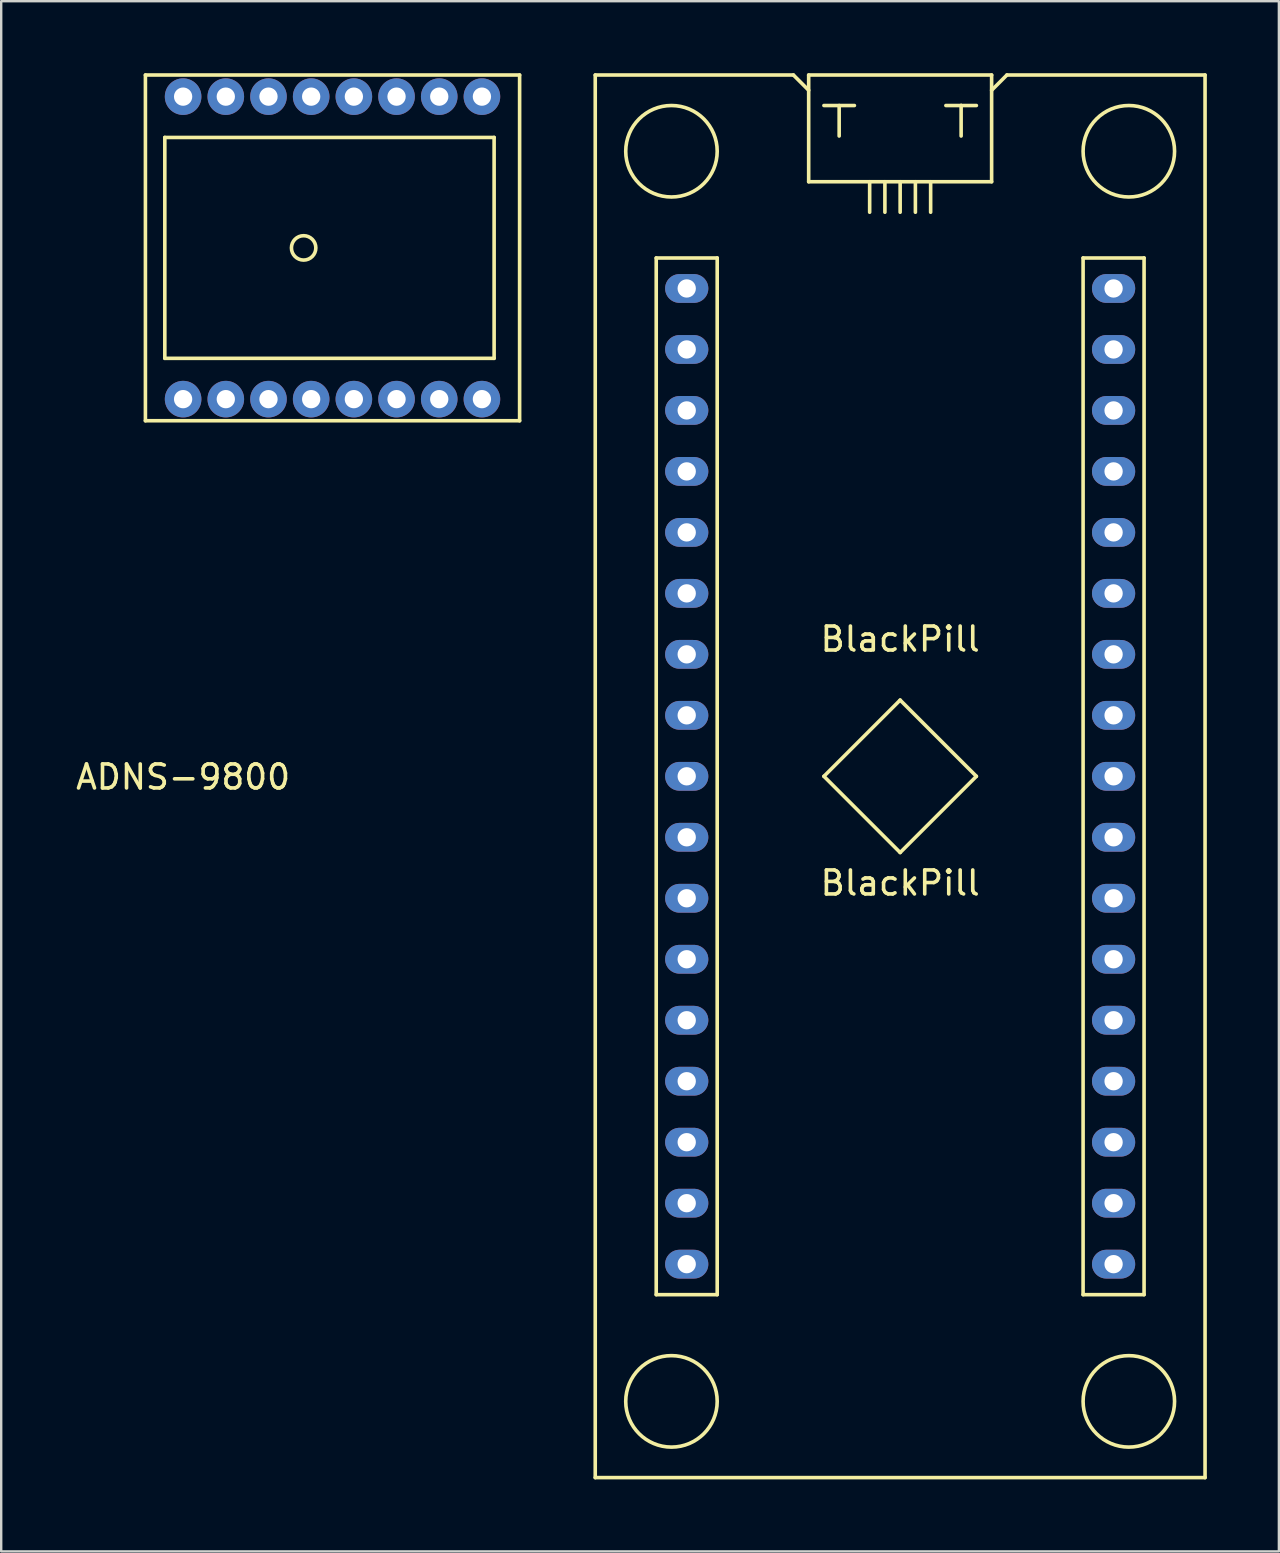
<source format=kicad_pcb>
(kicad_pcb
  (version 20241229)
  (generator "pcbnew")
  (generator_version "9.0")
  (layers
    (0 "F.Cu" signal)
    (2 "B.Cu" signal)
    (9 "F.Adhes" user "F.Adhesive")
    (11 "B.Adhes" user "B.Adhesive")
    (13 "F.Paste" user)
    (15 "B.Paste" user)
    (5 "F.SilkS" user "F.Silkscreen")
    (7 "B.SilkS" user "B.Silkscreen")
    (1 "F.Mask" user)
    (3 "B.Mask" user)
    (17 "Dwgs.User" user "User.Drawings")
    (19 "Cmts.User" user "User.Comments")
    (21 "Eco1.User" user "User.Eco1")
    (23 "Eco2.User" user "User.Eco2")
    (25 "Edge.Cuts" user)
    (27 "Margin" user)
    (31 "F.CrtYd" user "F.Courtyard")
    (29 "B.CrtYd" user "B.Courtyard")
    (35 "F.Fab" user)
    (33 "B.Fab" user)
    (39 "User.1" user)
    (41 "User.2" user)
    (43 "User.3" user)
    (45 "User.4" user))
  (footprint "BlackPill"
    (layer "F.Cu")
    (at 25.553 8.965)
    (property "Reference" "BlackPill" (at 8.89 14.605 0) (layer "F.SilkS") (effects (font (size 1 1) (thickness 0.15))))
    (attr through_hole)
    (fp_line (start -3.81 -8.89) (end 4.445 -8.89) (stroke (width 0.15) (type solid)) (layer "F.SilkS"))
    (fp_line (start -3.81 49.53) (end -3.81 -8.89) (stroke (width 0.15) (type solid)) (layer "F.SilkS"))
    (fp_line (start -1.27 -1.27) (end 1.27 -1.27) (stroke (width 0.15) (type solid)) (layer "F.SilkS"))
    (fp_line (start -1.27 41.91) (end -1.27 -1.27) (stroke (width 0.15) (type solid)) (layer "F.SilkS"))
    (fp_line (start 1.27 -1.27) (end 1.27 41.91) (stroke (width 0.15) (type solid)) (layer "F.SilkS"))
    (fp_line (start 1.27 41.91) (end -1.27 41.91) (stroke (width 0.15) (type solid)) (layer "F.SilkS"))
    (fp_line (start 4.445 -8.89) (end 5.08 -8.255) (stroke (width 0.15) (type solid)) (layer "F.SilkS"))
    (fp_line (start 5.08 -8.89) (end 5.08 -4.445) (stroke (width 0.15) (type solid)) (layer "F.SilkS"))
    (fp_line (start 5.08 -8.89) (end 12.7 -8.89) (stroke (width 0.15) (type solid)) (layer "F.SilkS"))
    (fp_line (start 5.08 -4.445) (end 12.7 -4.445) (stroke (width 0.15) (type solid)) (layer "F.SilkS"))
    (fp_line (start 5.715 -7.62) (end 6.985 -7.62) (stroke (width 0.15) (type solid)) (layer "F.SilkS"))
    (fp_line (start 5.715 20.32) (end 8.89 23.495) (stroke (width 0.15) (type solid)) (layer "F.SilkS"))
    (fp_line (start 6.35 -7.62) (end 6.35 -6.35) (stroke (width 0.15) (type solid)) (layer "F.SilkS"))
    (fp_line (start 7.62 -4.445) (end 7.62 -3.175) (stroke (width 0.15) (type solid)) (layer "F.SilkS"))
    (fp_line (start 8.255 -4.445) (end 8.255 -3.175) (stroke (width 0.15) (type solid)) (layer "F.SilkS"))
    (fp_line (start 8.89 -4.445) (end 8.89 -3.175) (stroke (width 0.15) (type solid)) (layer "F.SilkS"))
    (fp_line (start 8.89 17.145) (end 5.715 20.32) (stroke (width 0.15) (type solid)) (layer "F.SilkS"))
    (fp_line (start 8.89 23.495) (end 12.065 20.32) (stroke (width 0.15) (type solid)) (layer "F.SilkS"))
    (fp_line (start 9.525 -4.445) (end 9.525 -3.175) (stroke (width 0.15) (type solid)) (layer "F.SilkS"))
    (fp_line (start 10.16 -4.445) (end 10.16 -3.175) (stroke (width 0.15) (type solid)) (layer "F.SilkS"))
    (fp_line (start 10.795 -7.62) (end 11.43 -7.62) (stroke (width 0.15) (type solid)) (layer "F.SilkS"))
    (fp_line (start 11.43 -7.62) (end 11.43 -6.35) (stroke (width 0.15) (type solid)) (layer "F.SilkS"))
    (fp_line (start 11.43 -7.62) (end 12.065 -7.62) (stroke (width 0.15) (type solid)) (layer "F.SilkS"))
    (fp_line (start 12.065 20.32) (end 8.89 17.145) (stroke (width 0.15) (type solid)) (layer "F.SilkS"))
    (fp_line (start 12.7 -8.255) (end 13.335 -8.89) (stroke (width 0.15) (type solid)) (layer "F.SilkS"))
    (fp_line (start 12.7 -4.445) (end 12.7 -8.89) (stroke (width 0.15) (type solid)) (layer "F.SilkS"))
    (fp_line (start 13.335 -8.89) (end 21.59 -8.89) (stroke (width 0.15) (type solid)) (layer "F.SilkS"))
    (fp_line (start 16.51 41.91) (end 16.51 -1.27) (stroke (width 0.15) (type solid)) (layer "F.SilkS"))
    (fp_line (start 16.51 41.91) (end 19.05 41.91) (stroke (width 0.15) (type solid)) (layer "F.SilkS"))
    (fp_line (start 19.05 -1.27) (end 16.51 -1.27) (stroke (width 0.15) (type solid)) (layer "F.SilkS"))
    (fp_line (start 19.05 41.91) (end 19.05 -1.27) (stroke (width 0.15) (type solid)) (layer "F.SilkS"))
    (fp_line (start 21.59 -8.89) (end 21.59 49.53) (stroke (width 0.15) (type solid)) (layer "F.SilkS"))
    (fp_line (start 21.59 49.53) (end -3.81 49.53) (stroke (width 0.15) (type solid)) (layer "F.SilkS"))
    (fp_circle (center -0.635 -5.715) (end -0.635 -3.81) (stroke (width 0.15) (type solid)) (fill no) (layer "F.SilkS"))
    (fp_circle (center -0.635 46.355) (end -0.635 44.45) (stroke (width 0.15) (type solid)) (fill no) (layer "F.SilkS"))
    (fp_circle (center 18.415 -5.715) (end 18.415 -7.62) (stroke (width 0.15) (type solid)) (fill no) (layer "F.SilkS"))
    (fp_circle (center 18.415 46.355) (end 18.415 44.45) (stroke (width 0.15) (type solid)) (fill no) (layer "F.SilkS"))
    (fp_text user "BlackPill" (at 8.89 24.765 0) (layer "F.SilkS") (effects (font (size 1 1) (thickness 0.15))))
    (pad "1" thru_hole oval (at 0 0) (size 1.8 1.2) (drill 0.762) (layers "*.Cu" "*.Mask"))
    (pad "2" thru_hole oval (at 0 2.54) (size 1.8 1.2) (drill 0.762) (layers "*.Cu" "*.Mask"))
    (pad "3" thru_hole oval (at 0 5.08) (size 1.8 1.2) (drill 0.762) (layers "*.Cu" "*.Mask"))
    (pad "4" thru_hole oval (at 0 7.62) (size 1.8 1.2) (drill 0.762) (layers "*.Cu" "*.Mask"))
    (pad "5" thru_hole oval (at 0 10.16) (size 1.8 1.2) (drill 0.762) (layers "*.Cu" "*.Mask"))
    (pad "6" thru_hole oval (at 0 12.7) (size 1.8 1.2) (drill 0.762) (layers "*.Cu" "*.Mask"))
    (pad "7" thru_hole oval (at 0 15.24) (size 1.8 1.2) (drill 0.762) (layers "*.Cu" "*.Mask"))
    (pad "8" thru_hole oval (at 0 17.78) (size 1.8 1.2) (drill 0.762) (layers "*.Cu" "*.Mask"))
    (pad "9" thru_hole oval (at 0 20.32) (size 1.8 1.2) (drill 0.762) (layers "*.Cu" "*.Mask"))
    (pad "10" thru_hole oval (at 0 22.86) (size 1.8 1.2) (drill 0.762) (layers "*.Cu" "*.Mask"))
    (pad "11" thru_hole oval (at 0 25.4) (size 1.8 1.2) (drill 0.762) (layers "*.Cu" "*.Mask"))
    (pad "12" thru_hole oval (at 0 27.94) (size 1.8 1.2) (drill 0.762) (layers "*.Cu" "*.Mask"))
    (pad "13" thru_hole oval (at 0 30.48) (size 1.8 1.2) (drill 0.762) (layers "*.Cu" "*.Mask"))
    (pad "14" thru_hole oval (at 0 33.02) (size 1.8 1.2) (drill 0.762) (layers "*.Cu" "*.Mask"))
    (pad "15" thru_hole oval (at 0 35.56) (size 1.8 1.2) (drill 0.762) (layers "*.Cu" "*.Mask"))
    (pad "16" thru_hole oval (at 0 38.1) (size 1.8 1.2) (drill 0.762) (layers "*.Cu" "*.Mask"))
    (pad "17" thru_hole oval (at 0 40.64) (size 1.8 1.2) (drill 0.762) (layers "*.Cu" "*.Mask"))
    (pad "18" thru_hole oval (at 17.78 40.64) (size 1.8 1.2) (drill 0.762) (layers "*.Cu" "*.Mask"))
    (pad "19" thru_hole oval (at 17.78 38.1) (size 1.8 1.2) (drill 0.762) (layers "*.Cu" "*.Mask"))
    (pad "20" thru_hole oval (at 17.78 35.56) (size 1.8 1.2) (drill 0.762) (layers "*.Cu" "*.Mask"))
    (pad "21" thru_hole oval (at 17.78 33.02) (size 1.8 1.2) (drill 0.762) (layers "*.Cu" "*.Mask"))
    (pad "22" thru_hole oval (at 17.78 30.48) (size 1.8 1.2) (drill 0.762) (layers "*.Cu" "*.Mask"))
    (pad "23" thru_hole oval (at 17.78 27.94) (size 1.8 1.2) (drill 0.762) (layers "*.Cu" "*.Mask"))
    (pad "24" thru_hole oval (at 17.78 25.4) (size 1.8 1.2) (drill 0.762) (layers "*.Cu" "*.Mask"))
    (pad "25" thru_hole oval (at 17.78 22.86) (size 1.8 1.2) (drill 0.762) (layers "*.Cu" "*.Mask"))
    (pad "26" thru_hole oval (at 17.78 20.32) (size 1.8 1.2) (drill 0.762) (layers "*.Cu" "*.Mask"))
    (pad "27" thru_hole oval (at 17.78 17.78) (size 1.8 1.2) (drill 0.762) (layers "*.Cu" "*.Mask"))
    (pad "28" thru_hole oval (at 17.78 15.24) (size 1.8 1.2) (drill 0.762) (layers "*.Cu" "*.Mask"))
    (pad "29" thru_hole oval (at 17.78 12.7) (size 1.8 1.2) (drill 0.762) (layers "*.Cu" "*.Mask"))
    (pad "30" thru_hole oval (at 17.78 10.16) (size 1.8 1.2) (drill 0.762) (layers "*.Cu" "*.Mask"))
    (pad "31" thru_hole oval (at 17.78 7.62) (size 1.8 1.2) (drill 0.762) (layers "*.Cu" "*.Mask"))
    (pad "32" thru_hole oval (at 17.78 5.08) (size 1.8 1.2) (drill 0.762) (layers "*.Cu" "*.Mask"))
    (pad "33" thru_hole oval (at 17.78 2.54) (size 1.8 1.2) (drill 0.762) (layers "*.Cu" "*.Mask"))
    (pad "34" thru_hole oval (at 17.78 0) (size 1.8 1.2) (drill 0.762) (layers "*.Cu" "*.Mask")))
  (footprint "ADNS-9800"
    (layer "F.Cu")
    (at 4.577 13.575)
    (property "Reference" "ADNS-9800" (at 0 15.74 0) (layer "F.SilkS") (effects (font (size 1 1) (thickness 0.15))))
    (attr through_hole)
    (fp_line (start -1.57 -13.5) (end 14.016 -13.5) (stroke (width 0.15) (type solid)) (layer "F.SilkS"))
    (fp_line (start -1.57 0.9) (end -1.57 -13.5) (stroke (width 0.15) (type solid)) (layer "F.SilkS"))
    (fp_line (start -1.57 0.9) (end 14.016 0.9) (stroke (width 0.15) (type solid)) (layer "F.SilkS"))
    (fp_line (start -0.762 -10.9) (end -0.762 -1.7) (stroke (width 0.15) (type solid)) (layer "F.SilkS"))
    (fp_line (start -0.762 -10.9) (end 12.954 -10.9) (stroke (width 0.15) (type solid)) (layer "F.SilkS"))
    (fp_line (start -0.762 -1.7) (end 12.954 -1.7) (stroke (width 0.15) (type solid)) (layer "F.SilkS"))
    (fp_line (start 12.954 -10.9) (end 12.954 -1.7) (stroke (width 0.15) (type solid)) (layer "F.SilkS"))
    (fp_line (start 14.016 -13.5) (end 14.016 0.9) (stroke (width 0.15) (type solid)) (layer "F.SilkS"))
    (fp_circle (center 5.02 -6.3) (end 5.528 -6.3) (stroke (width 0.15) (type solid)) (fill no) (layer "F.SilkS"))
    (pad "1" thru_hole circle (at 0 0) (size 1.524 1.524) (drill 0.762) (layers "*.Cu" "*.Mask"))
    (pad "2" thru_hole circle (at 1.778 0 90) (size 1.524 1.524) (drill 0.762) (layers "*.Cu" "*.Mask"))
    (pad "3" thru_hole circle (at 3.556 0) (size 1.524 1.524) (drill 0.762) (layers "*.Cu" "*.Mask"))
    (pad "4" thru_hole circle (at 5.334 0) (size 1.524 1.524) (drill 0.762) (layers "*.Cu" "*.Mask"))
    (pad "5" thru_hole circle (at 7.112 0) (size 1.524 1.524) (drill 0.762) (layers "*.Cu" "*.Mask"))
    (pad "6" thru_hole circle (at 8.89 0) (size 1.524 1.524) (drill 0.762) (layers "*.Cu" "*.Mask"))
    (pad "7" thru_hole circle (at 10.668 0) (size 1.524 1.524) (drill 0.762) (layers "*.Cu" "*.Mask"))
    (pad "8" thru_hole circle (at 12.446 0) (size 1.524 1.524) (drill 0.762) (layers "*.Cu" "*.Mask"))
    (pad "9" thru_hole circle (at 12.446 -12.6) (size 1.524 1.524) (drill 0.762) (layers "*.Cu" "*.Mask"))
    (pad "10" thru_hole circle (at 10.668 -12.6) (size 1.524 1.524) (drill 0.762) (layers "*.Cu" "*.Mask"))
    (pad "11" thru_hole circle (at 8.89 -12.6) (size 1.524 1.524) (drill 0.762) (layers "*.Cu" "*.Mask"))
    (pad "12" thru_hole circle (at 7.112 -12.6) (size 1.524 1.524) (drill 0.762) (layers "*.Cu" "*.Mask"))
    (pad "13" thru_hole circle (at 5.334 -12.6) (size 1.524 1.524) (drill 0.762) (layers "*.Cu" "*.Mask"))
    (pad "14" thru_hole circle (at 3.556 -12.6) (size 1.524 1.524) (drill 0.762) (layers "*.Cu" "*.Mask"))
    (pad "15" thru_hole circle (at 1.778 -12.6) (size 1.524 1.524) (drill 0.762) (layers "*.Cu" "*.Mask"))
    (pad "16" thru_hole circle (at 0 -12.6) (size 1.524 1.524) (drill 0.762) (layers "*.Cu" "*.Mask")))
  (gr_rect
    (start -3 -3)
    (end 50.218 61.57)
    (stroke (width 0.1) (type default))
    (fill no)
    (layer "Edge.Cuts")))
</source>
